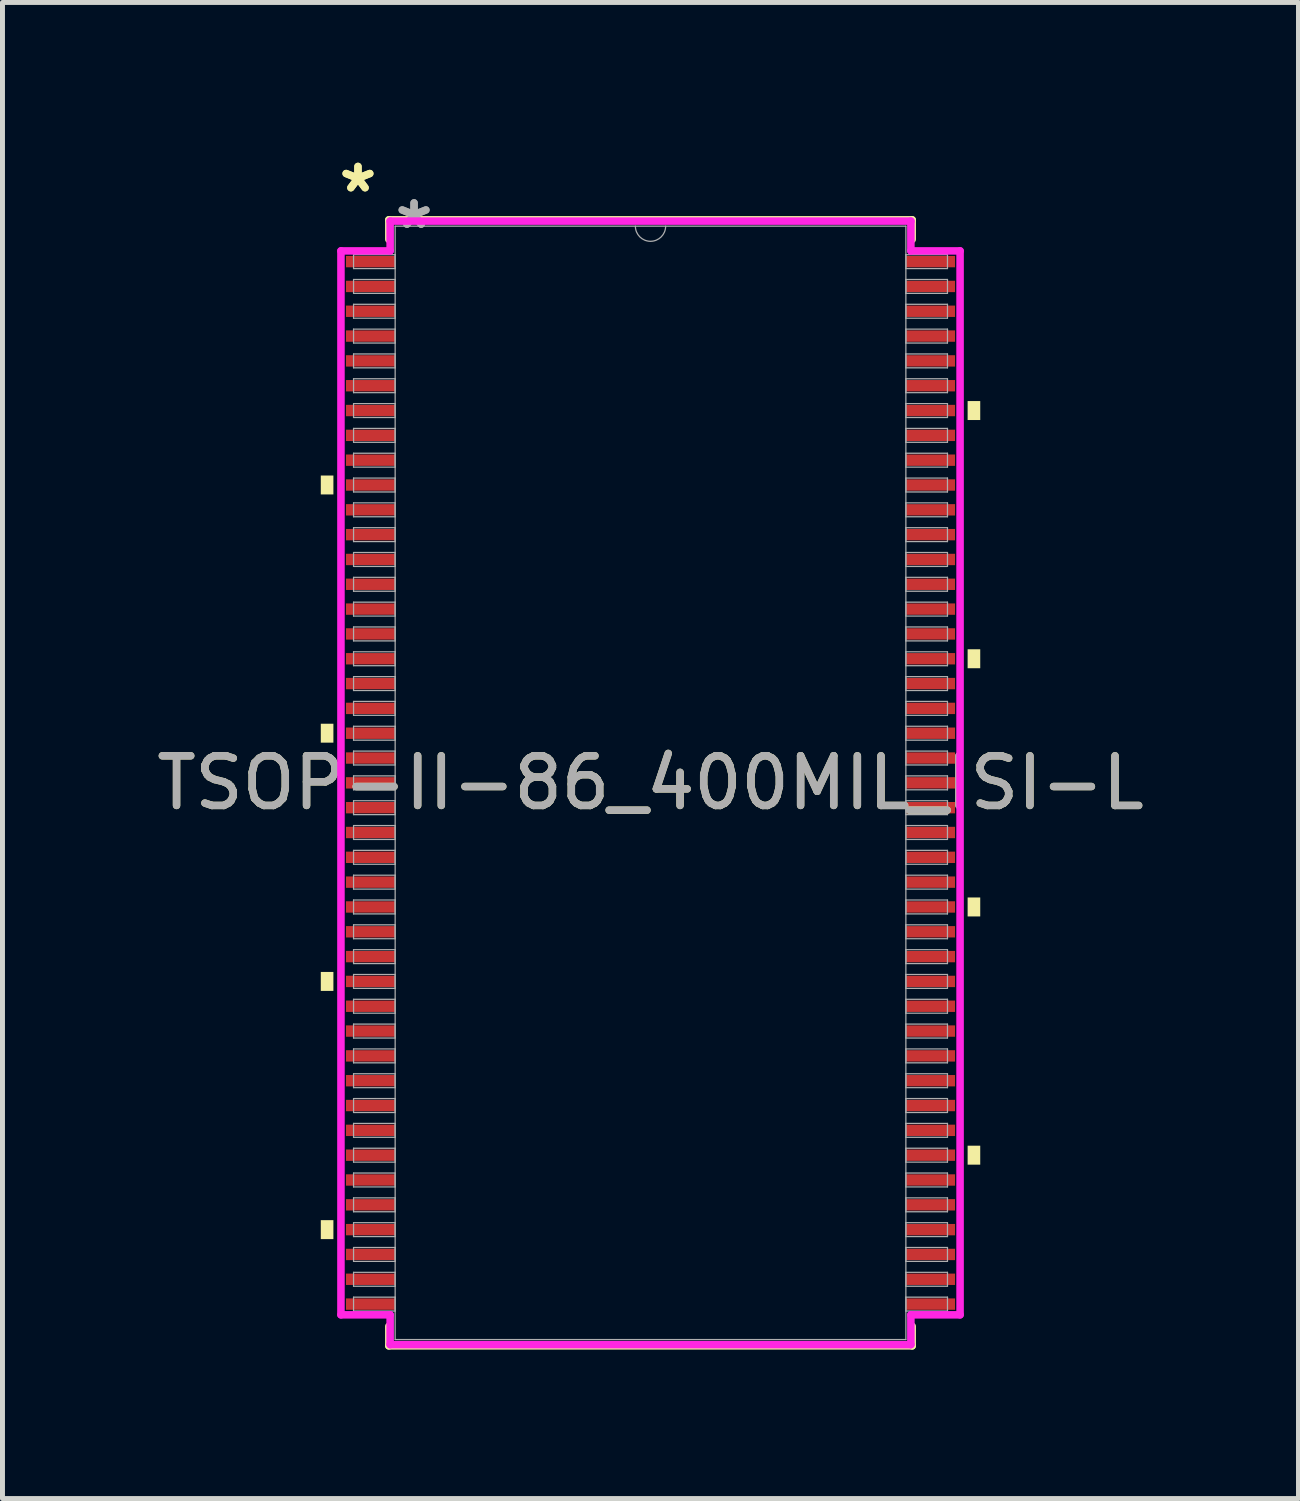
<source format=kicad_pcb>
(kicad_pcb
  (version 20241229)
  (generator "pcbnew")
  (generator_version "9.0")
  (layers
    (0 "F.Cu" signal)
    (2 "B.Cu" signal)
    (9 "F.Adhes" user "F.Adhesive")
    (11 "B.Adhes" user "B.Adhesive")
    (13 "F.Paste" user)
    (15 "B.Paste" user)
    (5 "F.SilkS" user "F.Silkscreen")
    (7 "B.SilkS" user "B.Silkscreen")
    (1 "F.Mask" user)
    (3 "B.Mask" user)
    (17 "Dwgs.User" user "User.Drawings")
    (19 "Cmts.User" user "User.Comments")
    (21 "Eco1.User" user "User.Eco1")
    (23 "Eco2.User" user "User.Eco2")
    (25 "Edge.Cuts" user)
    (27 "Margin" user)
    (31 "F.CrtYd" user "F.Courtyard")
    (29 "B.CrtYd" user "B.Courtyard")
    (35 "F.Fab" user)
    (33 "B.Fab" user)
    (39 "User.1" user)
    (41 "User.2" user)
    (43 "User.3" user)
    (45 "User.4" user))
  (footprint "TSOP-II-86_400MIL_ISI-L"
    (layer "F.Cu")
    (at 10.054 12.72)
    (property "Reference" "TSOP-II-86_400MIL_ISI-L" (at 0 0 0) (unlocked yes) (layer "F.SilkS") (effects (font (size 1 1) (thickness 0.15))))
    (attr smd)
    (fp_line (start -5.271 -11.341) (end -5.271 -10.947) (stroke (width 0.152) (type solid)) (layer "F.SilkS"))
    (fp_line (start -5.271 10.947) (end -5.271 11.341) (stroke (width 0.152) (type solid)) (layer "F.SilkS"))
    (fp_line (start -5.271 11.341) (end 5.271 11.341) (stroke (width 0.152) (type solid)) (layer "F.SilkS"))
    (fp_line (start 5.271 -11.341) (end -5.271 -11.341) (stroke (width 0.152) (type solid)) (layer "F.SilkS"))
    (fp_line (start 5.271 -10.947) (end 5.271 -11.341) (stroke (width 0.152) (type solid)) (layer "F.SilkS"))
    (fp_line (start 5.271 11.341) (end 5.271 10.947) (stroke (width 0.152) (type solid)) (layer "F.SilkS"))
    (fp_poly (pts (xy -6.642 -6.191) (xy -6.642 -5.81) (xy -6.388 -5.81) (xy -6.388 -6.191)) (stroke (width 0) (type solid)) (fill yes) (layer "F.SilkS"))
    (fp_poly (pts (xy -6.642 -1.191) (xy -6.642 -0.81) (xy -6.388 -0.81) (xy -6.388 -1.191)) (stroke (width 0) (type solid)) (fill yes) (layer "F.SilkS"))
    (fp_poly (pts (xy -6.642 3.809) (xy -6.642 4.191) (xy -6.388 4.191) (xy -6.388 3.809)) (stroke (width 0) (type solid)) (fill yes) (layer "F.SilkS"))
    (fp_poly (pts (xy -6.642 8.809) (xy -6.642 9.191) (xy -6.388 9.191) (xy -6.388 8.809)) (stroke (width 0) (type solid)) (fill yes) (layer "F.SilkS"))
    (fp_poly (pts (xy 6.642 -7.691) (xy 6.642 -7.309) (xy 6.388 -7.309) (xy 6.388 -7.691)) (stroke (width 0) (type solid)) (fill yes) (layer "F.SilkS"))
    (fp_poly (pts (xy 6.642 -2.691) (xy 6.642 -2.309) (xy 6.388 -2.309) (xy 6.388 -2.691)) (stroke (width 0) (type solid)) (fill yes) (layer "F.SilkS"))
    (fp_poly (pts (xy 6.642 2.309) (xy 6.642 2.691) (xy 6.388 2.691) (xy 6.388 2.309)) (stroke (width 0) (type solid)) (fill yes) (layer "F.SilkS"))
    (fp_poly (pts (xy 6.642 7.309) (xy 6.642 7.691) (xy 6.388 7.691) (xy 6.388 7.309)) (stroke (width 0) (type solid)) (fill yes) (layer "F.SilkS"))
    (fp_line (start -6.236 -10.716) (end -5.245 -10.716) (stroke (width 0.152) (type solid)) (layer "F.CrtYd"))
    (fp_line (start -6.236 10.716) (end -6.236 -10.716) (stroke (width 0.152) (type solid)) (layer "F.CrtYd"))
    (fp_line (start -6.236 10.716) (end -5.245 10.716) (stroke (width 0.152) (type solid)) (layer "F.CrtYd"))
    (fp_line (start -5.245 -11.316) (end 5.245 -11.316) (stroke (width 0.152) (type solid)) (layer "F.CrtYd"))
    (fp_line (start -5.245 -10.716) (end -5.245 -11.316) (stroke (width 0.152) (type solid)) (layer "F.CrtYd"))
    (fp_line (start -5.245 11.316) (end -5.245 10.716) (stroke (width 0.152) (type solid)) (layer "F.CrtYd"))
    (fp_line (start 5.245 -11.316) (end 5.245 -10.716) (stroke (width 0.152) (type solid)) (layer "F.CrtYd"))
    (fp_line (start 5.245 10.716) (end 5.245 11.316) (stroke (width 0.152) (type solid)) (layer "F.CrtYd"))
    (fp_line (start 5.245 11.316) (end -5.245 11.316) (stroke (width 0.152) (type solid)) (layer "F.CrtYd"))
    (fp_line (start 6.236 -10.716) (end 5.245 -10.716) (stroke (width 0.152) (type solid)) (layer "F.CrtYd"))
    (fp_line (start 6.236 -10.716) (end 6.236 10.716) (stroke (width 0.152) (type solid)) (layer "F.CrtYd"))
    (fp_line (start 6.236 10.716) (end 5.245 10.716) (stroke (width 0.152) (type solid)) (layer "F.CrtYd"))
    (fp_line (start -5.982 -10.64) (end -5.982 -10.36) (stroke (width 0.025) (type solid)) (layer "F.Fab"))
    (fp_line (start -5.982 -10.36) (end -5.144 -10.36) (stroke (width 0.025) (type solid)) (layer "F.Fab"))
    (fp_line (start -5.982 -10.14) (end -5.982 -9.86) (stroke (width 0.025) (type solid)) (layer "F.Fab"))
    (fp_line (start -5.982 -9.86) (end -5.144 -9.86) (stroke (width 0.025) (type solid)) (layer "F.Fab"))
    (fp_line (start -5.982 -9.64) (end -5.982 -9.36) (stroke (width 0.025) (type solid)) (layer "F.Fab"))
    (fp_line (start -5.982 -9.36) (end -5.144 -9.36) (stroke (width 0.025) (type solid)) (layer "F.Fab"))
    (fp_line (start -5.982 -9.14) (end -5.982 -8.86) (stroke (width 0.025) (type solid)) (layer "F.Fab"))
    (fp_line (start -5.982 -8.86) (end -5.144 -8.86) (stroke (width 0.025) (type solid)) (layer "F.Fab"))
    (fp_line (start -5.982 -8.64) (end -5.982 -8.36) (stroke (width 0.025) (type solid)) (layer "F.Fab"))
    (fp_line (start -5.982 -8.36) (end -5.144 -8.36) (stroke (width 0.025) (type solid)) (layer "F.Fab"))
    (fp_line (start -5.982 -8.14) (end -5.982 -7.86) (stroke (width 0.025) (type solid)) (layer "F.Fab"))
    (fp_line (start -5.982 -7.86) (end -5.144 -7.86) (stroke (width 0.025) (type solid)) (layer "F.Fab"))
    (fp_line (start -5.982 -7.64) (end -5.982 -7.36) (stroke (width 0.025) (type solid)) (layer "F.Fab"))
    (fp_line (start -5.982 -7.36) (end -5.144 -7.36) (stroke (width 0.025) (type solid)) (layer "F.Fab"))
    (fp_line (start -5.982 -7.14) (end -5.982 -6.86) (stroke (width 0.025) (type solid)) (layer "F.Fab"))
    (fp_line (start -5.982 -6.86) (end -5.144 -6.86) (stroke (width 0.025) (type solid)) (layer "F.Fab"))
    (fp_line (start -5.982 -6.64) (end -5.982 -6.36) (stroke (width 0.025) (type solid)) (layer "F.Fab"))
    (fp_line (start -5.982 -6.36) (end -5.144 -6.36) (stroke (width 0.025) (type solid)) (layer "F.Fab"))
    (fp_line (start -5.982 -6.14) (end -5.982 -5.86) (stroke (width 0.025) (type solid)) (layer "F.Fab"))
    (fp_line (start -5.982 -5.86) (end -5.144 -5.86) (stroke (width 0.025) (type solid)) (layer "F.Fab"))
    (fp_line (start -5.982 -5.64) (end -5.982 -5.36) (stroke (width 0.025) (type solid)) (layer "F.Fab"))
    (fp_line (start -5.982 -5.36) (end -5.144 -5.36) (stroke (width 0.025) (type solid)) (layer "F.Fab"))
    (fp_line (start -5.982 -5.14) (end -5.982 -4.86) (stroke (width 0.025) (type solid)) (layer "F.Fab"))
    (fp_line (start -5.982 -4.86) (end -5.144 -4.86) (stroke (width 0.025) (type solid)) (layer "F.Fab"))
    (fp_line (start -5.982 -4.64) (end -5.982 -4.36) (stroke (width 0.025) (type solid)) (layer "F.Fab"))
    (fp_line (start -5.982 -4.36) (end -5.144 -4.36) (stroke (width 0.025) (type solid)) (layer "F.Fab"))
    (fp_line (start -5.982 -4.14) (end -5.982 -3.86) (stroke (width 0.025) (type solid)) (layer "F.Fab"))
    (fp_line (start -5.982 -3.86) (end -5.144 -3.86) (stroke (width 0.025) (type solid)) (layer "F.Fab"))
    (fp_line (start -5.982 -3.64) (end -5.982 -3.36) (stroke (width 0.025) (type solid)) (layer "F.Fab"))
    (fp_line (start -5.982 -3.36) (end -5.144 -3.36) (stroke (width 0.025) (type solid)) (layer "F.Fab"))
    (fp_line (start -5.982 -3.14) (end -5.982 -2.86) (stroke (width 0.025) (type solid)) (layer "F.Fab"))
    (fp_line (start -5.982 -2.86) (end -5.144 -2.86) (stroke (width 0.025) (type solid)) (layer "F.Fab"))
    (fp_line (start -5.982 -2.64) (end -5.982 -2.36) (stroke (width 0.025) (type solid)) (layer "F.Fab"))
    (fp_line (start -5.982 -2.36) (end -5.144 -2.36) (stroke (width 0.025) (type solid)) (layer "F.Fab"))
    (fp_line (start -5.982 -2.14) (end -5.982 -1.86) (stroke (width 0.025) (type solid)) (layer "F.Fab"))
    (fp_line (start -5.982 -1.86) (end -5.144 -1.86) (stroke (width 0.025) (type solid)) (layer "F.Fab"))
    (fp_line (start -5.982 -1.64) (end -5.982 -1.36) (stroke (width 0.025) (type solid)) (layer "F.Fab"))
    (fp_line (start -5.982 -1.36) (end -5.144 -1.36) (stroke (width 0.025) (type solid)) (layer "F.Fab"))
    (fp_line (start -5.982 -1.14) (end -5.982 -0.86) (stroke (width 0.025) (type solid)) (layer "F.Fab"))
    (fp_line (start -5.982 -0.86) (end -5.144 -0.86) (stroke (width 0.025) (type solid)) (layer "F.Fab"))
    (fp_line (start -5.982 -0.64) (end -5.982 -0.36) (stroke (width 0.025) (type solid)) (layer "F.Fab"))
    (fp_line (start -5.982 -0.36) (end -5.144 -0.36) (stroke (width 0.025) (type solid)) (layer "F.Fab"))
    (fp_line (start -5.982 -0.14) (end -5.982 0.14) (stroke (width 0.025) (type solid)) (layer "F.Fab"))
    (fp_line (start -5.982 0.14) (end -5.144 0.14) (stroke (width 0.025) (type solid)) (layer "F.Fab"))
    (fp_line (start -5.982 0.36) (end -5.982 0.64) (stroke (width 0.025) (type solid)) (layer "F.Fab"))
    (fp_line (start -5.982 0.64) (end -5.144 0.64) (stroke (width 0.025) (type solid)) (layer "F.Fab"))
    (fp_line (start -5.982 0.86) (end -5.982 1.14) (stroke (width 0.025) (type solid)) (layer "F.Fab"))
    (fp_line (start -5.982 1.14) (end -5.144 1.14) (stroke (width 0.025) (type solid)) (layer "F.Fab"))
    (fp_line (start -5.982 1.36) (end -5.982 1.64) (stroke (width 0.025) (type solid)) (layer "F.Fab"))
    (fp_line (start -5.982 1.64) (end -5.144 1.64) (stroke (width 0.025) (type solid)) (layer "F.Fab"))
    (fp_line (start -5.982 1.86) (end -5.982 2.14) (stroke (width 0.025) (type solid)) (layer "F.Fab"))
    (fp_line (start -5.982 2.14) (end -5.144 2.14) (stroke (width 0.025) (type solid)) (layer "F.Fab"))
    (fp_line (start -5.982 2.36) (end -5.982 2.64) (stroke (width 0.025) (type solid)) (layer "F.Fab"))
    (fp_line (start -5.982 2.64) (end -5.144 2.64) (stroke (width 0.025) (type solid)) (layer "F.Fab"))
    (fp_line (start -5.982 2.86) (end -5.982 3.14) (stroke (width 0.025) (type solid)) (layer "F.Fab"))
    (fp_line (start -5.982 3.14) (end -5.144 3.14) (stroke (width 0.025) (type solid)) (layer "F.Fab"))
    (fp_line (start -5.982 3.36) (end -5.982 3.64) (stroke (width 0.025) (type solid)) (layer "F.Fab"))
    (fp_line (start -5.982 3.64) (end -5.144 3.64) (stroke (width 0.025) (type solid)) (layer "F.Fab"))
    (fp_line (start -5.982 3.86) (end -5.982 4.14) (stroke (width 0.025) (type solid)) (layer "F.Fab"))
    (fp_line (start -5.982 4.14) (end -5.144 4.14) (stroke (width 0.025) (type solid)) (layer "F.Fab"))
    (fp_line (start -5.982 4.36) (end -5.982 4.64) (stroke (width 0.025) (type solid)) (layer "F.Fab"))
    (fp_line (start -5.982 4.64) (end -5.144 4.64) (stroke (width 0.025) (type solid)) (layer "F.Fab"))
    (fp_line (start -5.982 4.86) (end -5.982 5.14) (stroke (width 0.025) (type solid)) (layer "F.Fab"))
    (fp_line (start -5.982 5.14) (end -5.144 5.14) (stroke (width 0.025) (type solid)) (layer "F.Fab"))
    (fp_line (start -5.982 5.36) (end -5.982 5.64) (stroke (width 0.025) (type solid)) (layer "F.Fab"))
    (fp_line (start -5.982 5.64) (end -5.144 5.64) (stroke (width 0.025) (type solid)) (layer "F.Fab"))
    (fp_line (start -5.982 5.86) (end -5.982 6.14) (stroke (width 0.025) (type solid)) (layer "F.Fab"))
    (fp_line (start -5.982 6.14) (end -5.144 6.14) (stroke (width 0.025) (type solid)) (layer "F.Fab"))
    (fp_line (start -5.982 6.36) (end -5.982 6.64) (stroke (width 0.025) (type solid)) (layer "F.Fab"))
    (fp_line (start -5.982 6.64) (end -5.144 6.64) (stroke (width 0.025) (type solid)) (layer "F.Fab"))
    (fp_line (start -5.982 6.86) (end -5.982 7.14) (stroke (width 0.025) (type solid)) (layer "F.Fab"))
    (fp_line (start -5.982 7.14) (end -5.144 7.14) (stroke (width 0.025) (type solid)) (layer "F.Fab"))
    (fp_line (start -5.982 7.36) (end -5.982 7.64) (stroke (width 0.025) (type solid)) (layer "F.Fab"))
    (fp_line (start -5.982 7.64) (end -5.144 7.64) (stroke (width 0.025) (type solid)) (layer "F.Fab"))
    (fp_line (start -5.982 7.86) (end -5.982 8.14) (stroke (width 0.025) (type solid)) (layer "F.Fab"))
    (fp_line (start -5.982 8.14) (end -5.144 8.14) (stroke (width 0.025) (type solid)) (layer "F.Fab"))
    (fp_line (start -5.982 8.36) (end -5.982 8.64) (stroke (width 0.025) (type solid)) (layer "F.Fab"))
    (fp_line (start -5.982 8.64) (end -5.144 8.64) (stroke (width 0.025) (type solid)) (layer "F.Fab"))
    (fp_line (start -5.982 8.86) (end -5.982 9.14) (stroke (width 0.025) (type solid)) (layer "F.Fab"))
    (fp_line (start -5.982 9.14) (end -5.144 9.14) (stroke (width 0.025) (type solid)) (layer "F.Fab"))
    (fp_line (start -5.982 9.36) (end -5.982 9.64) (stroke (width 0.025) (type solid)) (layer "F.Fab"))
    (fp_line (start -5.982 9.64) (end -5.144 9.64) (stroke (width 0.025) (type solid)) (layer "F.Fab"))
    (fp_line (start -5.982 9.86) (end -5.982 10.14) (stroke (width 0.025) (type solid)) (layer "F.Fab"))
    (fp_line (start -5.982 10.14) (end -5.144 10.14) (stroke (width 0.025) (type solid)) (layer "F.Fab"))
    (fp_line (start -5.982 10.36) (end -5.982 10.64) (stroke (width 0.025) (type solid)) (layer "F.Fab"))
    (fp_line (start -5.982 10.64) (end -5.144 10.64) (stroke (width 0.025) (type solid)) (layer "F.Fab"))
    (fp_line (start -5.144 -11.214) (end -5.144 11.214) (stroke (width 0.025) (type solid)) (layer "F.Fab"))
    (fp_line (start -5.144 -10.64) (end -5.982 -10.64) (stroke (width 0.025) (type solid)) (layer "F.Fab"))
    (fp_line (start -5.144 -10.36) (end -5.144 -10.64) (stroke (width 0.025) (type solid)) (layer "F.Fab"))
    (fp_line (start -5.144 -10.14) (end -5.982 -10.14) (stroke (width 0.025) (type solid)) (layer "F.Fab"))
    (fp_line (start -5.144 -9.86) (end -5.144 -10.14) (stroke (width 0.025) (type solid)) (layer "F.Fab"))
    (fp_line (start -5.144 -9.64) (end -5.982 -9.64) (stroke (width 0.025) (type solid)) (layer "F.Fab"))
    (fp_line (start -5.144 -9.36) (end -5.144 -9.64) (stroke (width 0.025) (type solid)) (layer "F.Fab"))
    (fp_line (start -5.144 -9.14) (end -5.982 -9.14) (stroke (width 0.025) (type solid)) (layer "F.Fab"))
    (fp_line (start -5.144 -8.86) (end -5.144 -9.14) (stroke (width 0.025) (type solid)) (layer "F.Fab"))
    (fp_line (start -5.144 -8.64) (end -5.982 -8.64) (stroke (width 0.025) (type solid)) (layer "F.Fab"))
    (fp_line (start -5.144 -8.36) (end -5.144 -8.64) (stroke (width 0.025) (type solid)) (layer "F.Fab"))
    (fp_line (start -5.144 -8.14) (end -5.982 -8.14) (stroke (width 0.025) (type solid)) (layer "F.Fab"))
    (fp_line (start -5.144 -7.86) (end -5.144 -8.14) (stroke (width 0.025) (type solid)) (layer "F.Fab"))
    (fp_line (start -5.144 -7.64) (end -5.982 -7.64) (stroke (width 0.025) (type solid)) (layer "F.Fab"))
    (fp_line (start -5.144 -7.36) (end -5.144 -7.64) (stroke (width 0.025) (type solid)) (layer "F.Fab"))
    (fp_line (start -5.144 -7.14) (end -5.982 -7.14) (stroke (width 0.025) (type solid)) (layer "F.Fab"))
    (fp_line (start -5.144 -6.86) (end -5.144 -7.14) (stroke (width 0.025) (type solid)) (layer "F.Fab"))
    (fp_line (start -5.144 -6.64) (end -5.982 -6.64) (stroke (width 0.025) (type solid)) (layer "F.Fab"))
    (fp_line (start -5.144 -6.36) (end -5.144 -6.64) (stroke (width 0.025) (type solid)) (layer "F.Fab"))
    (fp_line (start -5.144 -6.14) (end -5.982 -6.14) (stroke (width 0.025) (type solid)) (layer "F.Fab"))
    (fp_line (start -5.144 -5.86) (end -5.144 -6.14) (stroke (width 0.025) (type solid)) (layer "F.Fab"))
    (fp_line (start -5.144 -5.64) (end -5.982 -5.64) (stroke (width 0.025) (type solid)) (layer "F.Fab"))
    (fp_line (start -5.144 -5.36) (end -5.144 -5.64) (stroke (width 0.025) (type solid)) (layer "F.Fab"))
    (fp_line (start -5.144 -5.14) (end -5.982 -5.14) (stroke (width 0.025) (type solid)) (layer "F.Fab"))
    (fp_line (start -5.144 -4.86) (end -5.144 -5.14) (stroke (width 0.025) (type solid)) (layer "F.Fab"))
    (fp_line (start -5.144 -4.64) (end -5.982 -4.64) (stroke (width 0.025) (type solid)) (layer "F.Fab"))
    (fp_line (start -5.144 -4.36) (end -5.144 -4.64) (stroke (width 0.025) (type solid)) (layer "F.Fab"))
    (fp_line (start -5.144 -4.14) (end -5.982 -4.14) (stroke (width 0.025) (type solid)) (layer "F.Fab"))
    (fp_line (start -5.144 -3.86) (end -5.144 -4.14) (stroke (width 0.025) (type solid)) (layer "F.Fab"))
    (fp_line (start -5.144 -3.64) (end -5.982 -3.64) (stroke (width 0.025) (type solid)) (layer "F.Fab"))
    (fp_line (start -5.144 -3.36) (end -5.144 -3.64) (stroke (width 0.025) (type solid)) (layer "F.Fab"))
    (fp_line (start -5.144 -3.14) (end -5.982 -3.14) (stroke (width 0.025) (type solid)) (layer "F.Fab"))
    (fp_line (start -5.144 -2.86) (end -5.144 -3.14) (stroke (width 0.025) (type solid)) (layer "F.Fab"))
    (fp_line (start -5.144 -2.64) (end -5.982 -2.64) (stroke (width 0.025) (type solid)) (layer "F.Fab"))
    (fp_line (start -5.144 -2.36) (end -5.144 -2.64) (stroke (width 0.025) (type solid)) (layer "F.Fab"))
    (fp_line (start -5.144 -2.14) (end -5.982 -2.14) (stroke (width 0.025) (type solid)) (layer "F.Fab"))
    (fp_line (start -5.144 -1.86) (end -5.144 -2.14) (stroke (width 0.025) (type solid)) (layer "F.Fab"))
    (fp_line (start -5.144 -1.64) (end -5.982 -1.64) (stroke (width 0.025) (type solid)) (layer "F.Fab"))
    (fp_line (start -5.144 -1.36) (end -5.144 -1.64) (stroke (width 0.025) (type solid)) (layer "F.Fab"))
    (fp_line (start -5.144 -1.14) (end -5.982 -1.14) (stroke (width 0.025) (type solid)) (layer "F.Fab"))
    (fp_line (start -5.144 -0.86) (end -5.144 -1.14) (stroke (width 0.025) (type solid)) (layer "F.Fab"))
    (fp_line (start -5.144 -0.64) (end -5.982 -0.64) (stroke (width 0.025) (type solid)) (layer "F.Fab"))
    (fp_line (start -5.144 -0.36) (end -5.144 -0.64) (stroke (width 0.025) (type solid)) (layer "F.Fab"))
    (fp_line (start -5.144 -0.14) (end -5.982 -0.14) (stroke (width 0.025) (type solid)) (layer "F.Fab"))
    (fp_line (start -5.144 0.14) (end -5.144 -0.14) (stroke (width 0.025) (type solid)) (layer "F.Fab"))
    (fp_line (start -5.144 0.36) (end -5.982 0.36) (stroke (width 0.025) (type solid)) (layer "F.Fab"))
    (fp_line (start -5.144 0.64) (end -5.144 0.36) (stroke (width 0.025) (type solid)) (layer "F.Fab"))
    (fp_line (start -5.144 0.86) (end -5.982 0.86) (stroke (width 0.025) (type solid)) (layer "F.Fab"))
    (fp_line (start -5.144 1.14) (end -5.144 0.86) (stroke (width 0.025) (type solid)) (layer "F.Fab"))
    (fp_line (start -5.144 1.36) (end -5.982 1.36) (stroke (width 0.025) (type solid)) (layer "F.Fab"))
    (fp_line (start -5.144 1.64) (end -5.144 1.36) (stroke (width 0.025) (type solid)) (layer "F.Fab"))
    (fp_line (start -5.144 1.86) (end -5.982 1.86) (stroke (width 0.025) (type solid)) (layer "F.Fab"))
    (fp_line (start -5.144 2.14) (end -5.144 1.86) (stroke (width 0.025) (type solid)) (layer "F.Fab"))
    (fp_line (start -5.144 2.36) (end -5.982 2.36) (stroke (width 0.025) (type solid)) (layer "F.Fab"))
    (fp_line (start -5.144 2.64) (end -5.144 2.36) (stroke (width 0.025) (type solid)) (layer "F.Fab"))
    (fp_line (start -5.144 2.86) (end -5.982 2.86) (stroke (width 0.025) (type solid)) (layer "F.Fab"))
    (fp_line (start -5.144 3.14) (end -5.144 2.86) (stroke (width 0.025) (type solid)) (layer "F.Fab"))
    (fp_line (start -5.144 3.36) (end -5.982 3.36) (stroke (width 0.025) (type solid)) (layer "F.Fab"))
    (fp_line (start -5.144 3.64) (end -5.144 3.36) (stroke (width 0.025) (type solid)) (layer "F.Fab"))
    (fp_line (start -5.144 3.86) (end -5.982 3.86) (stroke (width 0.025) (type solid)) (layer "F.Fab"))
    (fp_line (start -5.144 4.14) (end -5.144 3.86) (stroke (width 0.025) (type solid)) (layer "F.Fab"))
    (fp_line (start -5.144 4.36) (end -5.982 4.36) (stroke (width 0.025) (type solid)) (layer "F.Fab"))
    (fp_line (start -5.144 4.64) (end -5.144 4.36) (stroke (width 0.025) (type solid)) (layer "F.Fab"))
    (fp_line (start -5.144 4.86) (end -5.982 4.86) (stroke (width 0.025) (type solid)) (layer "F.Fab"))
    (fp_line (start -5.144 5.14) (end -5.144 4.86) (stroke (width 0.025) (type solid)) (layer "F.Fab"))
    (fp_line (start -5.144 5.36) (end -5.982 5.36) (stroke (width 0.025) (type solid)) (layer "F.Fab"))
    (fp_line (start -5.144 5.64) (end -5.144 5.36) (stroke (width 0.025) (type solid)) (layer "F.Fab"))
    (fp_line (start -5.144 5.86) (end -5.982 5.86) (stroke (width 0.025) (type solid)) (layer "F.Fab"))
    (fp_line (start -5.144 6.14) (end -5.144 5.86) (stroke (width 0.025) (type solid)) (layer "F.Fab"))
    (fp_line (start -5.144 6.36) (end -5.982 6.36) (stroke (width 0.025) (type solid)) (layer "F.Fab"))
    (fp_line (start -5.144 6.64) (end -5.144 6.36) (stroke (width 0.025) (type solid)) (layer "F.Fab"))
    (fp_line (start -5.144 6.86) (end -5.982 6.86) (stroke (width 0.025) (type solid)) (layer "F.Fab"))
    (fp_line (start -5.144 7.14) (end -5.144 6.86) (stroke (width 0.025) (type solid)) (layer "F.Fab"))
    (fp_line (start -5.144 7.36) (end -5.982 7.36) (stroke (width 0.025) (type solid)) (layer "F.Fab"))
    (fp_line (start -5.144 7.64) (end -5.144 7.36) (stroke (width 0.025) (type solid)) (layer "F.Fab"))
    (fp_line (start -5.144 7.86) (end -5.982 7.86) (stroke (width 0.025) (type solid)) (layer "F.Fab"))
    (fp_line (start -5.144 8.14) (end -5.144 7.86) (stroke (width 0.025) (type solid)) (layer "F.Fab"))
    (fp_line (start -5.144 8.36) (end -5.982 8.36) (stroke (width 0.025) (type solid)) (layer "F.Fab"))
    (fp_line (start -5.144 8.64) (end -5.144 8.36) (stroke (width 0.025) (type solid)) (layer "F.Fab"))
    (fp_line (start -5.144 8.86) (end -5.982 8.86) (stroke (width 0.025) (type solid)) (layer "F.Fab"))
    (fp_line (start -5.144 9.14) (end -5.144 8.86) (stroke (width 0.025) (type solid)) (layer "F.Fab"))
    (fp_line (start -5.144 9.36) (end -5.982 9.36) (stroke (width 0.025) (type solid)) (layer "F.Fab"))
    (fp_line (start -5.144 9.64) (end -5.144 9.36) (stroke (width 0.025) (type solid)) (layer "F.Fab"))
    (fp_line (start -5.144 9.86) (end -5.982 9.86) (stroke (width 0.025) (type solid)) (layer "F.Fab"))
    (fp_line (start -5.144 10.14) (end -5.144 9.86) (stroke (width 0.025) (type solid)) (layer "F.Fab"))
    (fp_line (start -5.144 10.36) (end -5.982 10.36) (stroke (width 0.025) (type solid)) (layer "F.Fab"))
    (fp_line (start -5.144 10.64) (end -5.144 10.36) (stroke (width 0.025) (type solid)) (layer "F.Fab"))
    (fp_line (start -5.144 11.214) (end 5.144 11.214) (stroke (width 0.025) (type solid)) (layer "F.Fab"))
    (fp_line (start 5.144 -11.214) (end -5.144 -11.214) (stroke (width 0.025) (type solid)) (layer "F.Fab"))
    (fp_line (start 5.144 -10.64) (end 5.144 -10.36) (stroke (width 0.025) (type solid)) (layer "F.Fab"))
    (fp_line (start 5.144 -10.36) (end 5.982 -10.36) (stroke (width 0.025) (type solid)) (layer "F.Fab"))
    (fp_line (start 5.144 -10.14) (end 5.144 -9.86) (stroke (width 0.025) (type solid)) (layer "F.Fab"))
    (fp_line (start 5.144 -9.86) (end 5.982 -9.86) (stroke (width 0.025) (type solid)) (layer "F.Fab"))
    (fp_line (start 5.144 -9.64) (end 5.144 -9.36) (stroke (width 0.025) (type solid)) (layer "F.Fab"))
    (fp_line (start 5.144 -9.36) (end 5.982 -9.36) (stroke (width 0.025) (type solid)) (layer "F.Fab"))
    (fp_line (start 5.144 -9.14) (end 5.144 -8.86) (stroke (width 0.025) (type solid)) (layer "F.Fab"))
    (fp_line (start 5.144 -8.86) (end 5.982 -8.86) (stroke (width 0.025) (type solid)) (layer "F.Fab"))
    (fp_line (start 5.144 -8.64) (end 5.144 -8.36) (stroke (width 0.025) (type solid)) (layer "F.Fab"))
    (fp_line (start 5.144 -8.36) (end 5.982 -8.36) (stroke (width 0.025) (type solid)) (layer "F.Fab"))
    (fp_line (start 5.144 -8.14) (end 5.144 -7.86) (stroke (width 0.025) (type solid)) (layer "F.Fab"))
    (fp_line (start 5.144 -7.86) (end 5.982 -7.86) (stroke (width 0.025) (type solid)) (layer "F.Fab"))
    (fp_line (start 5.144 -7.64) (end 5.144 -7.36) (stroke (width 0.025) (type solid)) (layer "F.Fab"))
    (fp_line (start 5.144 -7.36) (end 5.982 -7.36) (stroke (width 0.025) (type solid)) (layer "F.Fab"))
    (fp_line (start 5.144 -7.14) (end 5.144 -6.86) (stroke (width 0.025) (type solid)) (layer "F.Fab"))
    (fp_line (start 5.144 -6.86) (end 5.982 -6.86) (stroke (width 0.025) (type solid)) (layer "F.Fab"))
    (fp_line (start 5.144 -6.64) (end 5.144 -6.36) (stroke (width 0.025) (type solid)) (layer "F.Fab"))
    (fp_line (start 5.144 -6.36) (end 5.982 -6.36) (stroke (width 0.025) (type solid)) (layer "F.Fab"))
    (fp_line (start 5.144 -6.14) (end 5.144 -5.86) (stroke (width 0.025) (type solid)) (layer "F.Fab"))
    (fp_line (start 5.144 -5.86) (end 5.982 -5.86) (stroke (width 0.025) (type solid)) (layer "F.Fab"))
    (fp_line (start 5.144 -5.64) (end 5.144 -5.36) (stroke (width 0.025) (type solid)) (layer "F.Fab"))
    (fp_line (start 5.144 -5.36) (end 5.982 -5.36) (stroke (width 0.025) (type solid)) (layer "F.Fab"))
    (fp_line (start 5.144 -5.14) (end 5.144 -4.86) (stroke (width 0.025) (type solid)) (layer "F.Fab"))
    (fp_line (start 5.144 -4.86) (end 5.982 -4.86) (stroke (width 0.025) (type solid)) (layer "F.Fab"))
    (fp_line (start 5.144 -4.64) (end 5.144 -4.36) (stroke (width 0.025) (type solid)) (layer "F.Fab"))
    (fp_line (start 5.144 -4.36) (end 5.982 -4.36) (stroke (width 0.025) (type solid)) (layer "F.Fab"))
    (fp_line (start 5.144 -4.14) (end 5.144 -3.86) (stroke (width 0.025) (type solid)) (layer "F.Fab"))
    (fp_line (start 5.144 -3.86) (end 5.982 -3.86) (stroke (width 0.025) (type solid)) (layer "F.Fab"))
    (fp_line (start 5.144 -3.64) (end 5.144 -3.36) (stroke (width 0.025) (type solid)) (layer "F.Fab"))
    (fp_line (start 5.144 -3.36) (end 5.982 -3.36) (stroke (width 0.025) (type solid)) (layer "F.Fab"))
    (fp_line (start 5.144 -3.14) (end 5.144 -2.86) (stroke (width 0.025) (type solid)) (layer "F.Fab"))
    (fp_line (start 5.144 -2.86) (end 5.982 -2.86) (stroke (width 0.025) (type solid)) (layer "F.Fab"))
    (fp_line (start 5.144 -2.64) (end 5.144 -2.36) (stroke (width 0.025) (type solid)) (layer "F.Fab"))
    (fp_line (start 5.144 -2.36) (end 5.982 -2.36) (stroke (width 0.025) (type solid)) (layer "F.Fab"))
    (fp_line (start 5.144 -2.14) (end 5.144 -1.86) (stroke (width 0.025) (type solid)) (layer "F.Fab"))
    (fp_line (start 5.144 -1.86) (end 5.982 -1.86) (stroke (width 0.025) (type solid)) (layer "F.Fab"))
    (fp_line (start 5.144 -1.64) (end 5.144 -1.36) (stroke (width 0.025) (type solid)) (layer "F.Fab"))
    (fp_line (start 5.144 -1.36) (end 5.982 -1.36) (stroke (width 0.025) (type solid)) (layer "F.Fab"))
    (fp_line (start 5.144 -1.14) (end 5.144 -0.86) (stroke (width 0.025) (type solid)) (layer "F.Fab"))
    (fp_line (start 5.144 -0.86) (end 5.982 -0.86) (stroke (width 0.025) (type solid)) (layer "F.Fab"))
    (fp_line (start 5.144 -0.64) (end 5.144 -0.36) (stroke (width 0.025) (type solid)) (layer "F.Fab"))
    (fp_line (start 5.144 -0.36) (end 5.982 -0.36) (stroke (width 0.025) (type solid)) (layer "F.Fab"))
    (fp_line (start 5.144 -0.14) (end 5.144 0.14) (stroke (width 0.025) (type solid)) (layer "F.Fab"))
    (fp_line (start 5.144 0.14) (end 5.982 0.14) (stroke (width 0.025) (type solid)) (layer "F.Fab"))
    (fp_line (start 5.144 0.36) (end 5.144 0.64) (stroke (width 0.025) (type solid)) (layer "F.Fab"))
    (fp_line (start 5.144 0.64) (end 5.982 0.64) (stroke (width 0.025) (type solid)) (layer "F.Fab"))
    (fp_line (start 5.144 0.86) (end 5.144 1.14) (stroke (width 0.025) (type solid)) (layer "F.Fab"))
    (fp_line (start 5.144 1.14) (end 5.982 1.14) (stroke (width 0.025) (type solid)) (layer "F.Fab"))
    (fp_line (start 5.144 1.36) (end 5.144 1.64) (stroke (width 0.025) (type solid)) (layer "F.Fab"))
    (fp_line (start 5.144 1.64) (end 5.982 1.64) (stroke (width 0.025) (type solid)) (layer "F.Fab"))
    (fp_line (start 5.144 1.86) (end 5.144 2.14) (stroke (width 0.025) (type solid)) (layer "F.Fab"))
    (fp_line (start 5.144 2.14) (end 5.982 2.14) (stroke (width 0.025) (type solid)) (layer "F.Fab"))
    (fp_line (start 5.144 2.36) (end 5.144 2.64) (stroke (width 0.025) (type solid)) (layer "F.Fab"))
    (fp_line (start 5.144 2.64) (end 5.982 2.64) (stroke (width 0.025) (type solid)) (layer "F.Fab"))
    (fp_line (start 5.144 2.86) (end 5.144 3.14) (stroke (width 0.025) (type solid)) (layer "F.Fab"))
    (fp_line (start 5.144 3.14) (end 5.982 3.14) (stroke (width 0.025) (type solid)) (layer "F.Fab"))
    (fp_line (start 5.144 3.36) (end 5.144 3.64) (stroke (width 0.025) (type solid)) (layer "F.Fab"))
    (fp_line (start 5.144 3.64) (end 5.982 3.64) (stroke (width 0.025) (type solid)) (layer "F.Fab"))
    (fp_line (start 5.144 3.86) (end 5.144 4.14) (stroke (width 0.025) (type solid)) (layer "F.Fab"))
    (fp_line (start 5.144 4.14) (end 5.982 4.14) (stroke (width 0.025) (type solid)) (layer "F.Fab"))
    (fp_line (start 5.144 4.36) (end 5.144 4.64) (stroke (width 0.025) (type solid)) (layer "F.Fab"))
    (fp_line (start 5.144 4.64) (end 5.982 4.64) (stroke (width 0.025) (type solid)) (layer "F.Fab"))
    (fp_line (start 5.144 4.86) (end 5.144 5.14) (stroke (width 0.025) (type solid)) (layer "F.Fab"))
    (fp_line (start 5.144 5.14) (end 5.982 5.14) (stroke (width 0.025) (type solid)) (layer "F.Fab"))
    (fp_line (start 5.144 5.36) (end 5.144 5.64) (stroke (width 0.025) (type solid)) (layer "F.Fab"))
    (fp_line (start 5.144 5.64) (end 5.982 5.64) (stroke (width 0.025) (type solid)) (layer "F.Fab"))
    (fp_line (start 5.144 5.86) (end 5.144 6.14) (stroke (width 0.025) (type solid)) (layer "F.Fab"))
    (fp_line (start 5.144 6.14) (end 5.982 6.14) (stroke (width 0.025) (type solid)) (layer "F.Fab"))
    (fp_line (start 5.144 6.36) (end 5.144 6.64) (stroke (width 0.025) (type solid)) (layer "F.Fab"))
    (fp_line (start 5.144 6.64) (end 5.982 6.64) (stroke (width 0.025) (type solid)) (layer "F.Fab"))
    (fp_line (start 5.144 6.86) (end 5.144 7.14) (stroke (width 0.025) (type solid)) (layer "F.Fab"))
    (fp_line (start 5.144 7.14) (end 5.982 7.14) (stroke (width 0.025) (type solid)) (layer "F.Fab"))
    (fp_line (start 5.144 7.36) (end 5.144 7.64) (stroke (width 0.025) (type solid)) (layer "F.Fab"))
    (fp_line (start 5.144 7.64) (end 5.982 7.64) (stroke (width 0.025) (type solid)) (layer "F.Fab"))
    (fp_line (start 5.144 7.86) (end 5.144 8.14) (stroke (width 0.025) (type solid)) (layer "F.Fab"))
    (fp_line (start 5.144 8.14) (end 5.982 8.14) (stroke (width 0.025) (type solid)) (layer "F.Fab"))
    (fp_line (start 5.144 8.36) (end 5.144 8.64) (stroke (width 0.025) (type solid)) (layer "F.Fab"))
    (fp_line (start 5.144 8.64) (end 5.982 8.64) (stroke (width 0.025) (type solid)) (layer "F.Fab"))
    (fp_line (start 5.144 8.86) (end 5.144 9.14) (stroke (width 0.025) (type solid)) (layer "F.Fab"))
    (fp_line (start 5.144 9.14) (end 5.982 9.14) (stroke (width 0.025) (type solid)) (layer "F.Fab"))
    (fp_line (start 5.144 9.36) (end 5.144 9.64) (stroke (width 0.025) (type solid)) (layer "F.Fab"))
    (fp_line (start 5.144 9.64) (end 5.982 9.64) (stroke (width 0.025) (type solid)) (layer "F.Fab"))
    (fp_line (start 5.144 9.86) (end 5.144 10.14) (stroke (width 0.025) (type solid)) (layer "F.Fab"))
    (fp_line (start 5.144 10.14) (end 5.982 10.14) (stroke (width 0.025) (type solid)) (layer "F.Fab"))
    (fp_line (start 5.144 10.36) (end 5.144 10.64) (stroke (width 0.025) (type solid)) (layer "F.Fab"))
    (fp_line (start 5.144 10.64) (end 5.982 10.64) (stroke (width 0.025) (type solid)) (layer "F.Fab"))
    (fp_line (start 5.144 11.214) (end 5.144 -11.214) (stroke (width 0.025) (type solid)) (layer "F.Fab"))
    (fp_line (start 5.982 -10.64) (end 5.144 -10.64) (stroke (width 0.025) (type solid)) (layer "F.Fab"))
    (fp_line (start 5.982 -10.36) (end 5.982 -10.64) (stroke (width 0.025) (type solid)) (layer "F.Fab"))
    (fp_line (start 5.982 -10.14) (end 5.144 -10.14) (stroke (width 0.025) (type solid)) (layer "F.Fab"))
    (fp_line (start 5.982 -9.86) (end 5.982 -10.14) (stroke (width 0.025) (type solid)) (layer "F.Fab"))
    (fp_line (start 5.982 -9.64) (end 5.144 -9.64) (stroke (width 0.025) (type solid)) (layer "F.Fab"))
    (fp_line (start 5.982 -9.36) (end 5.982 -9.64) (stroke (width 0.025) (type solid)) (layer "F.Fab"))
    (fp_line (start 5.982 -9.14) (end 5.144 -9.14) (stroke (width 0.025) (type solid)) (layer "F.Fab"))
    (fp_line (start 5.982 -8.86) (end 5.982 -9.14) (stroke (width 0.025) (type solid)) (layer "F.Fab"))
    (fp_line (start 5.982 -8.64) (end 5.144 -8.64) (stroke (width 0.025) (type solid)) (layer "F.Fab"))
    (fp_line (start 5.982 -8.36) (end 5.982 -8.64) (stroke (width 0.025) (type solid)) (layer "F.Fab"))
    (fp_line (start 5.982 -8.14) (end 5.144 -8.14) (stroke (width 0.025) (type solid)) (layer "F.Fab"))
    (fp_line (start 5.982 -7.86) (end 5.982 -8.14) (stroke (width 0.025) (type solid)) (layer "F.Fab"))
    (fp_line (start 5.982 -7.64) (end 5.144 -7.64) (stroke (width 0.025) (type solid)) (layer "F.Fab"))
    (fp_line (start 5.982 -7.36) (end 5.982 -7.64) (stroke (width 0.025) (type solid)) (layer "F.Fab"))
    (fp_line (start 5.982 -7.14) (end 5.144 -7.14) (stroke (width 0.025) (type solid)) (layer "F.Fab"))
    (fp_line (start 5.982 -6.86) (end 5.982 -7.14) (stroke (width 0.025) (type solid)) (layer "F.Fab"))
    (fp_line (start 5.982 -6.64) (end 5.144 -6.64) (stroke (width 0.025) (type solid)) (layer "F.Fab"))
    (fp_line (start 5.982 -6.36) (end 5.982 -6.64) (stroke (width 0.025) (type solid)) (layer "F.Fab"))
    (fp_line (start 5.982 -6.14) (end 5.144 -6.14) (stroke (width 0.025) (type solid)) (layer "F.Fab"))
    (fp_line (start 5.982 -5.86) (end 5.982 -6.14) (stroke (width 0.025) (type solid)) (layer "F.Fab"))
    (fp_line (start 5.982 -5.64) (end 5.144 -5.64) (stroke (width 0.025) (type solid)) (layer "F.Fab"))
    (fp_line (start 5.982 -5.36) (end 5.982 -5.64) (stroke (width 0.025) (type solid)) (layer "F.Fab"))
    (fp_line (start 5.982 -5.14) (end 5.144 -5.14) (stroke (width 0.025) (type solid)) (layer "F.Fab"))
    (fp_line (start 5.982 -4.86) (end 5.982 -5.14) (stroke (width 0.025) (type solid)) (layer "F.Fab"))
    (fp_line (start 5.982 -4.64) (end 5.144 -4.64) (stroke (width 0.025) (type solid)) (layer "F.Fab"))
    (fp_line (start 5.982 -4.36) (end 5.982 -4.64) (stroke (width 0.025) (type solid)) (layer "F.Fab"))
    (fp_line (start 5.982 -4.14) (end 5.144 -4.14) (stroke (width 0.025) (type solid)) (layer "F.Fab"))
    (fp_line (start 5.982 -3.86) (end 5.982 -4.14) (stroke (width 0.025) (type solid)) (layer "F.Fab"))
    (fp_line (start 5.982 -3.64) (end 5.144 -3.64) (stroke (width 0.025) (type solid)) (layer "F.Fab"))
    (fp_line (start 5.982 -3.36) (end 5.982 -3.64) (stroke (width 0.025) (type solid)) (layer "F.Fab"))
    (fp_line (start 5.982 -3.14) (end 5.144 -3.14) (stroke (width 0.025) (type solid)) (layer "F.Fab"))
    (fp_line (start 5.982 -2.86) (end 5.982 -3.14) (stroke (width 0.025) (type solid)) (layer "F.Fab"))
    (fp_line (start 5.982 -2.64) (end 5.144 -2.64) (stroke (width 0.025) (type solid)) (layer "F.Fab"))
    (fp_line (start 5.982 -2.36) (end 5.982 -2.64) (stroke (width 0.025) (type solid)) (layer "F.Fab"))
    (fp_line (start 5.982 -2.14) (end 5.144 -2.14) (stroke (width 0.025) (type solid)) (layer "F.Fab"))
    (fp_line (start 5.982 -1.86) (end 5.982 -2.14) (stroke (width 0.025) (type solid)) (layer "F.Fab"))
    (fp_line (start 5.982 -1.64) (end 5.144 -1.64) (stroke (width 0.025) (type solid)) (layer "F.Fab"))
    (fp_line (start 5.982 -1.36) (end 5.982 -1.64) (stroke (width 0.025) (type solid)) (layer "F.Fab"))
    (fp_line (start 5.982 -1.14) (end 5.144 -1.14) (stroke (width 0.025) (type solid)) (layer "F.Fab"))
    (fp_line (start 5.982 -0.86) (end 5.982 -1.14) (stroke (width 0.025) (type solid)) (layer "F.Fab"))
    (fp_line (start 5.982 -0.64) (end 5.144 -0.64) (stroke (width 0.025) (type solid)) (layer "F.Fab"))
    (fp_line (start 5.982 -0.36) (end 5.982 -0.64) (stroke (width 0.025) (type solid)) (layer "F.Fab"))
    (fp_line (start 5.982 -0.14) (end 5.144 -0.14) (stroke (width 0.025) (type solid)) (layer "F.Fab"))
    (fp_line (start 5.982 0.14) (end 5.982 -0.14) (stroke (width 0.025) (type solid)) (layer "F.Fab"))
    (fp_line (start 5.982 0.36) (end 5.144 0.36) (stroke (width 0.025) (type solid)) (layer "F.Fab"))
    (fp_line (start 5.982 0.64) (end 5.982 0.36) (stroke (width 0.025) (type solid)) (layer "F.Fab"))
    (fp_line (start 5.982 0.86) (end 5.144 0.86) (stroke (width 0.025) (type solid)) (layer "F.Fab"))
    (fp_line (start 5.982 1.14) (end 5.982 0.86) (stroke (width 0.025) (type solid)) (layer "F.Fab"))
    (fp_line (start 5.982 1.36) (end 5.144 1.36) (stroke (width 0.025) (type solid)) (layer "F.Fab"))
    (fp_line (start 5.982 1.64) (end 5.982 1.36) (stroke (width 0.025) (type solid)) (layer "F.Fab"))
    (fp_line (start 5.982 1.86) (end 5.144 1.86) (stroke (width 0.025) (type solid)) (layer "F.Fab"))
    (fp_line (start 5.982 2.14) (end 5.982 1.86) (stroke (width 0.025) (type solid)) (layer "F.Fab"))
    (fp_line (start 5.982 2.36) (end 5.144 2.36) (stroke (width 0.025) (type solid)) (layer "F.Fab"))
    (fp_line (start 5.982 2.64) (end 5.982 2.36) (stroke (width 0.025) (type solid)) (layer "F.Fab"))
    (fp_line (start 5.982 2.86) (end 5.144 2.86) (stroke (width 0.025) (type solid)) (layer "F.Fab"))
    (fp_line (start 5.982 3.14) (end 5.982 2.86) (stroke (width 0.025) (type solid)) (layer "F.Fab"))
    (fp_line (start 5.982 3.36) (end 5.144 3.36) (stroke (width 0.025) (type solid)) (layer "F.Fab"))
    (fp_line (start 5.982 3.64) (end 5.982 3.36) (stroke (width 0.025) (type solid)) (layer "F.Fab"))
    (fp_line (start 5.982 3.86) (end 5.144 3.86) (stroke (width 0.025) (type solid)) (layer "F.Fab"))
    (fp_line (start 5.982 4.14) (end 5.982 3.86) (stroke (width 0.025) (type solid)) (layer "F.Fab"))
    (fp_line (start 5.982 4.36) (end 5.144 4.36) (stroke (width 0.025) (type solid)) (layer "F.Fab"))
    (fp_line (start 5.982 4.64) (end 5.982 4.36) (stroke (width 0.025) (type solid)) (layer "F.Fab"))
    (fp_line (start 5.982 4.86) (end 5.144 4.86) (stroke (width 0.025) (type solid)) (layer "F.Fab"))
    (fp_line (start 5.982 5.14) (end 5.982 4.86) (stroke (width 0.025) (type solid)) (layer "F.Fab"))
    (fp_line (start 5.982 5.36) (end 5.144 5.36) (stroke (width 0.025) (type solid)) (layer "F.Fab"))
    (fp_line (start 5.982 5.64) (end 5.982 5.36) (stroke (width 0.025) (type solid)) (layer "F.Fab"))
    (fp_line (start 5.982 5.86) (end 5.144 5.86) (stroke (width 0.025) (type solid)) (layer "F.Fab"))
    (fp_line (start 5.982 6.14) (end 5.982 5.86) (stroke (width 0.025) (type solid)) (layer "F.Fab"))
    (fp_line (start 5.982 6.36) (end 5.144 6.36) (stroke (width 0.025) (type solid)) (layer "F.Fab"))
    (fp_line (start 5.982 6.64) (end 5.982 6.36) (stroke (width 0.025) (type solid)) (layer "F.Fab"))
    (fp_line (start 5.982 6.86) (end 5.144 6.86) (stroke (width 0.025) (type solid)) (layer "F.Fab"))
    (fp_line (start 5.982 7.14) (end 5.982 6.86) (stroke (width 0.025) (type solid)) (layer "F.Fab"))
    (fp_line (start 5.982 7.36) (end 5.144 7.36) (stroke (width 0.025) (type solid)) (layer "F.Fab"))
    (fp_line (start 5.982 7.64) (end 5.982 7.36) (stroke (width 0.025) (type solid)) (layer "F.Fab"))
    (fp_line (start 5.982 7.86) (end 5.144 7.86) (stroke (width 0.025) (type solid)) (layer "F.Fab"))
    (fp_line (start 5.982 8.14) (end 5.982 7.86) (stroke (width 0.025) (type solid)) (layer "F.Fab"))
    (fp_line (start 5.982 8.36) (end 5.144 8.36) (stroke (width 0.025) (type solid)) (layer "F.Fab"))
    (fp_line (start 5.982 8.64) (end 5.982 8.36) (stroke (width 0.025) (type solid)) (layer "F.Fab"))
    (fp_line (start 5.982 8.86) (end 5.144 8.86) (stroke (width 0.025) (type solid)) (layer "F.Fab"))
    (fp_line (start 5.982 9.14) (end 5.982 8.86) (stroke (width 0.025) (type solid)) (layer "F.Fab"))
    (fp_line (start 5.982 9.36) (end 5.144 9.36) (stroke (width 0.025) (type solid)) (layer "F.Fab"))
    (fp_line (start 5.982 9.64) (end 5.982 9.36) (stroke (width 0.025) (type solid)) (layer "F.Fab"))
    (fp_line (start 5.982 9.86) (end 5.144 9.86) (stroke (width 0.025) (type solid)) (layer "F.Fab"))
    (fp_line (start 5.982 10.14) (end 5.982 9.86) (stroke (width 0.025) (type solid)) (layer "F.Fab"))
    (fp_line (start 5.982 10.36) (end 5.144 10.36) (stroke (width 0.025) (type solid)) (layer "F.Fab"))
    (fp_line (start 5.982 10.64) (end 5.982 10.36) (stroke (width 0.025) (type solid)) (layer "F.Fab"))
    (fp_arc (start 0.3048 -11.2141) (mid 0 -10.9093) (end -0.3048 -11.2141) (stroke (width 0.0254) (type solid)) (layer "F.Fab"))
    (fp_text user "*" (at -5.893 -11.872 0) (layer "F.SilkS") (effects (font (size 1 1) (thickness 0.15))))
    (fp_text user "*" (at -5.893 -11.872 0) (unlocked yes) (layer "F.SilkS") (effects (font (size 1 1) (thickness 0.15))))
    (fp_text user "*" (at -4.763 -11.138 0) (unlocked yes) (layer "F.Fab") (effects (font (size 1 1) (thickness 0.15))))
    (fp_text user "*" (at -4.763 -11.138 0) (layer "F.Fab") (effects (font (size 1 1) (thickness 0.15))))
    (fp_text user "${REFERENCE}" (at 0 0 0) (unlocked yes) (layer "F.Fab") (effects (font (size 1 1) (thickness 0.15))))
    (pad "1" smd rect (at -5.639 -10.5) (size 0.991 0.229) (layers "F.Cu" "F.Mask" "F.Paste"))
    (pad "2" smd rect (at -5.639 -10) (size 0.991 0.229) (layers "F.Cu" "F.Mask" "F.Paste"))
    (pad "3" smd rect (at -5.639 -9.5) (size 0.991 0.229) (layers "F.Cu" "F.Mask" "F.Paste"))
    (pad "4" smd rect (at -5.639 -9) (size 0.991 0.229) (layers "F.Cu" "F.Mask" "F.Paste"))
    (pad "5" smd rect (at -5.639 -8.5) (size 0.991 0.229) (layers "F.Cu" "F.Mask" "F.Paste"))
    (pad "6" smd rect (at -5.639 -8) (size 0.991 0.229) (layers "F.Cu" "F.Mask" "F.Paste"))
    (pad "7" smd rect (at -5.639 -7.5) (size 0.991 0.229) (layers "F.Cu" "F.Mask" "F.Paste"))
    (pad "8" smd rect (at -5.639 -7) (size 0.991 0.229) (layers "F.Cu" "F.Mask" "F.Paste"))
    (pad "9" smd rect (at -5.639 -6.5) (size 0.991 0.229) (layers "F.Cu" "F.Mask" "F.Paste"))
    (pad "10" smd rect (at -5.639 -6) (size 0.991 0.229) (layers "F.Cu" "F.Mask" "F.Paste"))
    (pad "11" smd rect (at -5.639 -5.5) (size 0.991 0.229) (layers "F.Cu" "F.Mask" "F.Paste"))
    (pad "12" smd rect (at -5.639 -5) (size 0.991 0.229) (layers "F.Cu" "F.Mask" "F.Paste"))
    (pad "13" smd rect (at -5.639 -4.5) (size 0.991 0.229) (layers "F.Cu" "F.Mask" "F.Paste"))
    (pad "14" smd rect (at -5.639 -4) (size 0.991 0.229) (layers "F.Cu" "F.Mask" "F.Paste"))
    (pad "15" smd rect (at -5.639 -3.5) (size 0.991 0.229) (layers "F.Cu" "F.Mask" "F.Paste"))
    (pad "16" smd rect (at -5.639 -3) (size 0.991 0.229) (layers "F.Cu" "F.Mask" "F.Paste"))
    (pad "17" smd rect (at -5.639 -2.5) (size 0.991 0.229) (layers "F.Cu" "F.Mask" "F.Paste"))
    (pad "18" smd rect (at -5.639 -2) (size 0.991 0.229) (layers "F.Cu" "F.Mask" "F.Paste"))
    (pad "19" smd rect (at -5.639 -1.5) (size 0.991 0.229) (layers "F.Cu" "F.Mask" "F.Paste"))
    (pad "20" smd rect (at -5.639 -1) (size 0.991 0.229) (layers "F.Cu" "F.Mask" "F.Paste"))
    (pad "21" smd rect (at -5.639 -0.5) (size 0.991 0.229) (layers "F.Cu" "F.Mask" "F.Paste"))
    (pad "22" smd rect (at -5.639 0) (size 0.991 0.229) (layers "F.Cu" "F.Mask" "F.Paste"))
    (pad "23" smd rect (at -5.639 0.5) (size 0.991 0.229) (layers "F.Cu" "F.Mask" "F.Paste"))
    (pad "24" smd rect (at -5.639 1) (size 0.991 0.229) (layers "F.Cu" "F.Mask" "F.Paste"))
    (pad "25" smd rect (at -5.639 1.5) (size 0.991 0.229) (layers "F.Cu" "F.Mask" "F.Paste"))
    (pad "26" smd rect (at -5.639 2) (size 0.991 0.229) (layers "F.Cu" "F.Mask" "F.Paste"))
    (pad "27" smd rect (at -5.639 2.5) (size 0.991 0.229) (layers "F.Cu" "F.Mask" "F.Paste"))
    (pad "28" smd rect (at -5.639 3) (size 0.991 0.229) (layers "F.Cu" "F.Mask" "F.Paste"))
    (pad "29" smd rect (at -5.639 3.5) (size 0.991 0.229) (layers "F.Cu" "F.Mask" "F.Paste"))
    (pad "30" smd rect (at -5.639 4) (size 0.991 0.229) (layers "F.Cu" "F.Mask" "F.Paste"))
    (pad "31" smd rect (at -5.639 4.5) (size 0.991 0.229) (layers "F.Cu" "F.Mask" "F.Paste"))
    (pad "32" smd rect (at -5.639 5) (size 0.991 0.229) (layers "F.Cu" "F.Mask" "F.Paste"))
    (pad "33" smd rect (at -5.639 5.5) (size 0.991 0.229) (layers "F.Cu" "F.Mask" "F.Paste"))
    (pad "34" smd rect (at -5.639 6) (size 0.991 0.229) (layers "F.Cu" "F.Mask" "F.Paste"))
    (pad "35" smd rect (at -5.639 6.5) (size 0.991 0.229) (layers "F.Cu" "F.Mask" "F.Paste"))
    (pad "36" smd rect (at -5.639 7) (size 0.991 0.229) (layers "F.Cu" "F.Mask" "F.Paste"))
    (pad "37" smd rect (at -5.639 7.5) (size 0.991 0.229) (layers "F.Cu" "F.Mask" "F.Paste"))
    (pad "38" smd rect (at -5.639 8) (size 0.991 0.229) (layers "F.Cu" "F.Mask" "F.Paste"))
    (pad "39" smd rect (at -5.639 8.5) (size 0.991 0.229) (layers "F.Cu" "F.Mask" "F.Paste"))
    (pad "40" smd rect (at -5.639 9) (size 0.991 0.229) (layers "F.Cu" "F.Mask" "F.Paste"))
    (pad "41" smd rect (at -5.639 9.5) (size 0.991 0.229) (layers "F.Cu" "F.Mask" "F.Paste"))
    (pad "42" smd rect (at -5.639 10) (size 0.991 0.229) (layers "F.Cu" "F.Mask" "F.Paste"))
    (pad "43" smd rect (at -5.639 10.5) (size 0.991 0.229) (layers "F.Cu" "F.Mask" "F.Paste"))
    (pad "44" smd rect (at 5.639 10.5) (size 0.991 0.229) (layers "F.Cu" "F.Mask" "F.Paste"))
    (pad "45" smd rect (at 5.639 10) (size 0.991 0.229) (layers "F.Cu" "F.Mask" "F.Paste"))
    (pad "46" smd rect (at 5.639 9.5) (size 0.991 0.229) (layers "F.Cu" "F.Mask" "F.Paste"))
    (pad "47" smd rect (at 5.639 9) (size 0.991 0.229) (layers "F.Cu" "F.Mask" "F.Paste"))
    (pad "48" smd rect (at 5.639 8.5) (size 0.991 0.229) (layers "F.Cu" "F.Mask" "F.Paste"))
    (pad "49" smd rect (at 5.639 8) (size 0.991 0.229) (layers "F.Cu" "F.Mask" "F.Paste"))
    (pad "50" smd rect (at 5.639 7.5) (size 0.991 0.229) (layers "F.Cu" "F.Mask" "F.Paste"))
    (pad "51" smd rect (at 5.639 7) (size 0.991 0.229) (layers "F.Cu" "F.Mask" "F.Paste"))
    (pad "52" smd rect (at 5.639 6.5) (size 0.991 0.229) (layers "F.Cu" "F.Mask" "F.Paste"))
    (pad "53" smd rect (at 5.639 6) (size 0.991 0.229) (layers "F.Cu" "F.Mask" "F.Paste"))
    (pad "54" smd rect (at 5.639 5.5) (size 0.991 0.229) (layers "F.Cu" "F.Mask" "F.Paste"))
    (pad "55" smd rect (at 5.639 5) (size 0.991 0.229) (layers "F.Cu" "F.Mask" "F.Paste"))
    (pad "56" smd rect (at 5.639 4.5) (size 0.991 0.229) (layers "F.Cu" "F.Mask" "F.Paste"))
    (pad "57" smd rect (at 5.639 4) (size 0.991 0.229) (layers "F.Cu" "F.Mask" "F.Paste"))
    (pad "58" smd rect (at 5.639 3.5) (size 0.991 0.229) (layers "F.Cu" "F.Mask" "F.Paste"))
    (pad "59" smd rect (at 5.639 3) (size 0.991 0.229) (layers "F.Cu" "F.Mask" "F.Paste"))
    (pad "60" smd rect (at 5.639 2.5) (size 0.991 0.229) (layers "F.Cu" "F.Mask" "F.Paste"))
    (pad "61" smd rect (at 5.639 2) (size 0.991 0.229) (layers "F.Cu" "F.Mask" "F.Paste"))
    (pad "62" smd rect (at 5.639 1.5) (size 0.991 0.229) (layers "F.Cu" "F.Mask" "F.Paste"))
    (pad "63" smd rect (at 5.639 1) (size 0.991 0.229) (layers "F.Cu" "F.Mask" "F.Paste"))
    (pad "64" smd rect (at 5.639 0.5) (size 0.991 0.229) (layers "F.Cu" "F.Mask" "F.Paste"))
    (pad "65" smd rect (at 5.639 0) (size 0.991 0.229) (layers "F.Cu" "F.Mask" "F.Paste"))
    (pad "66" smd rect (at 5.639 -0.5) (size 0.991 0.229) (layers "F.Cu" "F.Mask" "F.Paste"))
    (pad "67" smd rect (at 5.639 -1) (size 0.991 0.229) (layers "F.Cu" "F.Mask" "F.Paste"))
    (pad "68" smd rect (at 5.639 -1.5) (size 0.991 0.229) (layers "F.Cu" "F.Mask" "F.Paste"))
    (pad "69" smd rect (at 5.639 -2) (size 0.991 0.229) (layers "F.Cu" "F.Mask" "F.Paste"))
    (pad "70" smd rect (at 5.639 -2.5) (size 0.991 0.229) (layers "F.Cu" "F.Mask" "F.Paste"))
    (pad "71" smd rect (at 5.639 -3) (size 0.991 0.229) (layers "F.Cu" "F.Mask" "F.Paste"))
    (pad "72" smd rect (at 5.639 -3.5) (size 0.991 0.229) (layers "F.Cu" "F.Mask" "F.Paste"))
    (pad "73" smd rect (at 5.639 -4) (size 0.991 0.229) (layers "F.Cu" "F.Mask" "F.Paste"))
    (pad "74" smd rect (at 5.639 -4.5) (size 0.991 0.229) (layers "F.Cu" "F.Mask" "F.Paste"))
    (pad "75" smd rect (at 5.639 -5) (size 0.991 0.229) (layers "F.Cu" "F.Mask" "F.Paste"))
    (pad "76" smd rect (at 5.639 -5.5) (size 0.991 0.229) (layers "F.Cu" "F.Mask" "F.Paste"))
    (pad "77" smd rect (at 5.639 -6) (size 0.991 0.229) (layers "F.Cu" "F.Mask" "F.Paste"))
    (pad "78" smd rect (at 5.639 -6.5) (size 0.991 0.229) (layers "F.Cu" "F.Mask" "F.Paste"))
    (pad "79" smd rect (at 5.639 -7) (size 0.991 0.229) (layers "F.Cu" "F.Mask" "F.Paste"))
    (pad "80" smd rect (at 5.639 -7.5) (size 0.991 0.229) (layers "F.Cu" "F.Mask" "F.Paste"))
    (pad "81" smd rect (at 5.639 -8) (size 0.991 0.229) (layers "F.Cu" "F.Mask" "F.Paste"))
    (pad "82" smd rect (at 5.639 -8.5) (size 0.991 0.229) (layers "F.Cu" "F.Mask" "F.Paste"))
    (pad "83" smd rect (at 5.639 -9) (size 0.991 0.229) (layers "F.Cu" "F.Mask" "F.Paste"))
    (pad "84" smd rect (at 5.639 -9.5) (size 0.991 0.229) (layers "F.Cu" "F.Mask" "F.Paste"))
    (pad "85" smd rect (at 5.639 -10) (size 0.991 0.229) (layers "F.Cu" "F.Mask" "F.Paste"))
    (pad "86" smd rect (at 5.639 -10.5) (size 0.991 0.229) (layers "F.Cu" "F.Mask" "F.Paste")))
  (gr_rect
    (start -3 -3)
    (end 23.107 27.137)
    (stroke (width 0.1) (type default))
    (fill no)
    (layer "Edge.Cuts")))
</source>
